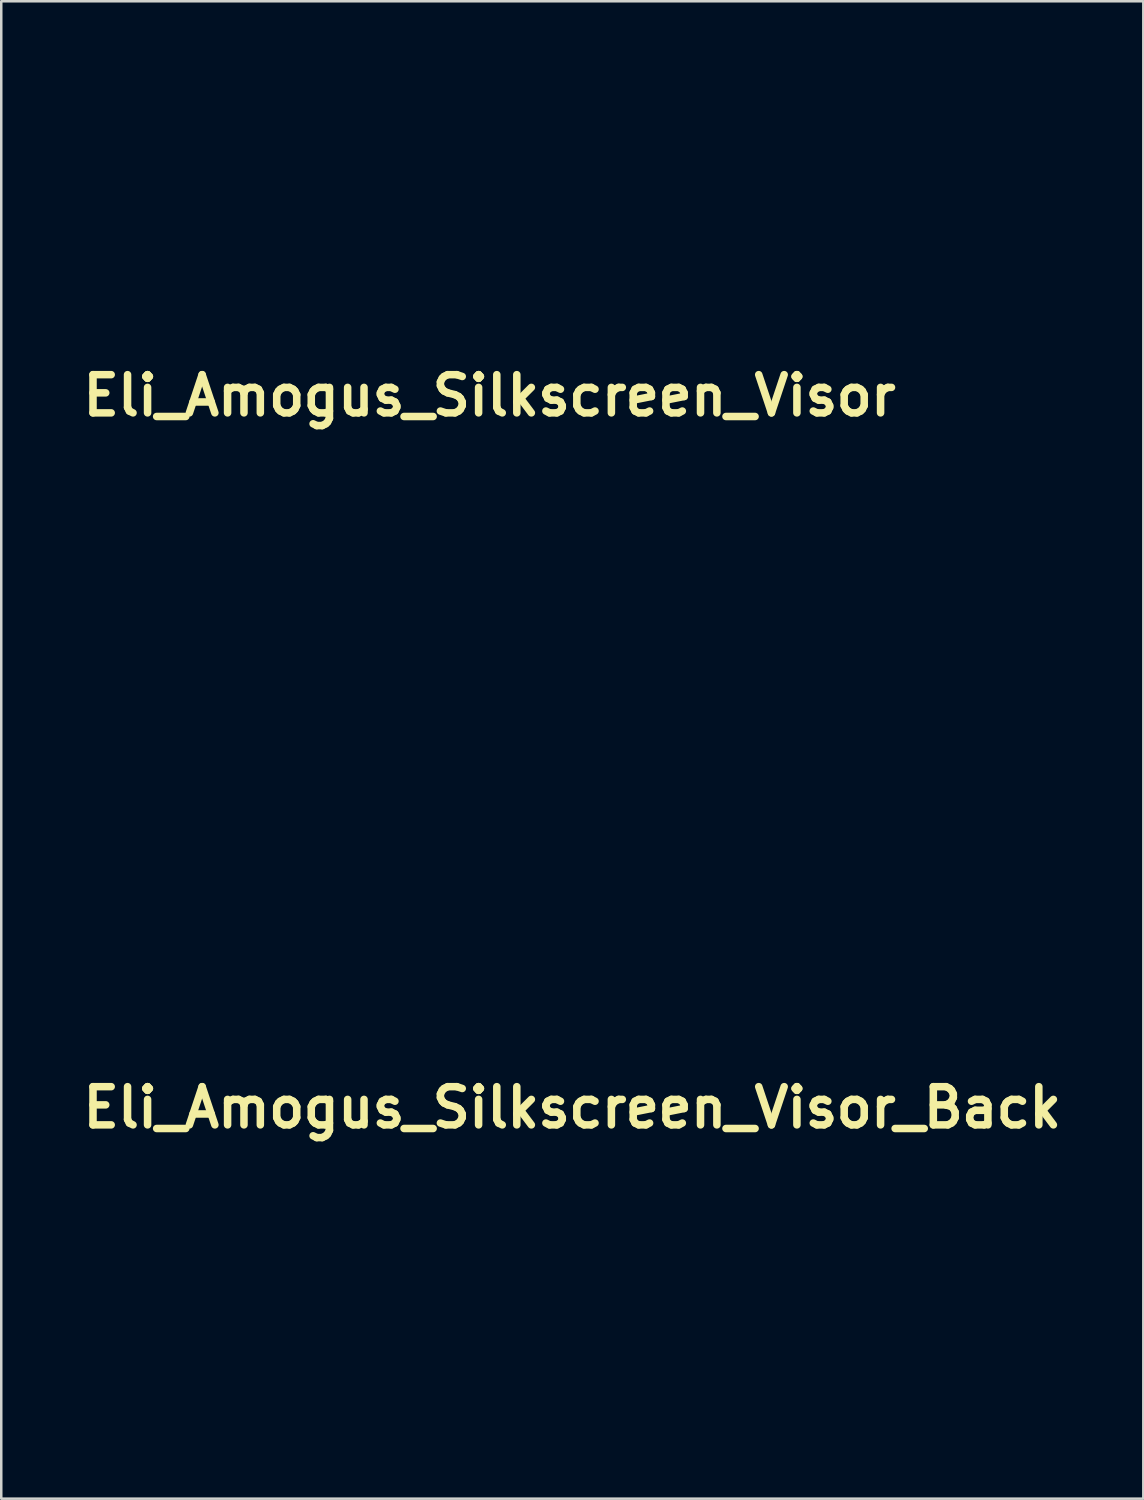
<source format=kicad_pcb>
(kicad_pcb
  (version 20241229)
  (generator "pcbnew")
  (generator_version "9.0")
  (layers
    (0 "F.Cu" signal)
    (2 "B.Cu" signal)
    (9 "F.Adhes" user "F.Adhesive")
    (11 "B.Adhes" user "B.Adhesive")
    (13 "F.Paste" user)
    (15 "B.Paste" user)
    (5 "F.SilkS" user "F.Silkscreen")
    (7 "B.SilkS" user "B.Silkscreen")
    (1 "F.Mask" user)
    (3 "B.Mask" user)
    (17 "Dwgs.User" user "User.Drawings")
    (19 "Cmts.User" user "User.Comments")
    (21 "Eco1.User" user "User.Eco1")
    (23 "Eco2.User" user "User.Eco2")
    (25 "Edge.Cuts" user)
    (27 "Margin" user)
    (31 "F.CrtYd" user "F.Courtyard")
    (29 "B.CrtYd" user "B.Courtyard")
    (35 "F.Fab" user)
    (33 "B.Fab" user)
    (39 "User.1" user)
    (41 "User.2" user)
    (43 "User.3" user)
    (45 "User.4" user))
  (footprint "Eli_Amogus_Silkscreen_Visor_Back"
    (layer "F.Cu")
    (at 19.783 41.141)
    (property "Reference" "Eli_Amogus_Silkscreen_Visor_Back" (at 0 0 0) (layer "F.SilkS") (effects (font (size 1.524 1.524) (thickness 0.3))))
    (attr through_hole)
    (fp_poly (pts (xy 5.545 -12.467) (xy 6.1 -12.302) (xy 6.842 -12.097) (xy 7.629 -11.893) (xy 7.789 -11.853) (xy 9.071 -11.527) (xy 10.1 -11.229) (xy 10.955 -10.923) (xy 11.717 -10.572) (xy 12.465 -10.14) (xy 13.278 -9.591) (xy 14.183 -8.929) (xy 14.955 -8.161) (xy 15.426 -7.25) (xy 15.589 -6.214) (xy 15.44 -5.07) (xy 15.318 -4.663) (xy 15.169 -4.13) (xy 15.166 -3.767) (xy 15.263 -3.515) (xy 15.412 -3.006) (xy 15.467 -2.286) (xy 15.43 -1.469) (xy 15.305 -0.668) (xy 15.181 -0.222) (xy 14.904 0.452) (xy 14.498 1.209) (xy 13.936 2.089) (xy 13.193 3.132) (xy 12.243 4.379) (xy 12.229 4.397) (xy 11.56 5.227) (xy 10.992 5.855) (xy 10.44 6.362) (xy 9.82 6.829) (xy 9.452 7.077) (xy 7.158 8.418) (xy 4.609 9.6) (xy 1.859 10.605) (xy -1.04 11.416) (xy -4.033 12.014) (xy -5.842 12.261) (xy -7.1 12.405) (xy -8.067 12.511) (xy -8.791 12.577) (xy -9.319 12.598) (xy -9.696 12.571) (xy -9.97 12.492) (xy -10.188 12.358) (xy -10.397 12.164) (xy -10.642 11.907) (xy -10.67 11.877) (xy -11.172 11.375) (xy -11.801 10.764) (xy -12.436 10.161) (xy -12.542 10.062) (xy -13.359 9.22) (xy -13.908 8.44) (xy -14.235 7.651) (xy -14.341 7.146) (xy -14.466 6.654) (xy -14.695 6.019) (xy -14.919 5.503) (xy -15.381 4.216) (xy -15.541 2.902) (xy -15.395 1.529) (xy -14.944 0.066) (xy -14.543 -0.832) (xy -13.88 -1.977) (xy -13.095 -3.005) (xy -12.24 -3.863) (xy -11.369 -4.495) (xy -10.641 -4.818) (xy -9.655 -5.186) (xy -8.682 -5.723) (xy -7.656 -6.471) (xy -6.685 -7.31) (xy -5.895 -8.029) (xy -5.232 -8.611) (xy -4.645 -9.084) (xy -4.08 -9.477) (xy -3.485 -9.818) (xy -2.807 -10.136) (xy -1.995 -10.459) (xy -0.995 -10.816) (xy 0.244 -11.235) (xy 1.058 -11.505) (xy 4.74 -12.728) (xy 5.545 -12.467)) (stroke (width 0.01) (type solid)) (fill yes) (layer "F.Mask")))
  (footprint "Eli_Amogus_Silkscreen_Visor"
    (layer "F.Cu")
    (at 16.481 12.733)
    (property "Reference" "Eli_Amogus_Silkscreen_Visor" (at 0 0 0) (layer "F.SilkS") (effects (font (size 1.524 1.524) (thickness 0.3))))
    (attr through_hole)
    (fp_poly (pts (xy -1.058 -11.505) (xy 0.338 -11.039) (xy 1.465 -10.652) (xy 2.375 -10.313) (xy 3.121 -9.996) (xy 3.755 -9.671) (xy 4.331 -9.311) (xy 4.899 -8.886) (xy 5.514 -8.368) (xy 6.227 -7.729) (xy 6.685 -7.31) (xy 7.811 -6.348) (xy 8.825 -5.633) (xy 9.796 -5.123) (xy 10.641 -4.818) (xy 11.482 -4.427) (xy 12.354 -3.762) (xy 13.203 -2.879) (xy 13.975 -1.832) (xy 14.543 -0.832) (xy 15.172 0.696) (xy 15.494 2.117) (xy 15.51 3.462) (xy 15.223 4.761) (xy 14.919 5.503) (xy 14.646 6.142) (xy 14.433 6.762) (xy 14.341 7.146) (xy 14.127 7.975) (xy 13.715 8.753) (xy 13.063 9.55) (xy 12.543 10.062) (xy 11.915 10.655) (xy 11.266 11.281) (xy 10.721 11.821) (xy 10.647 11.896) (xy 10.226 12.3) (xy 9.889 12.579) (xy 9.712 12.67) (xy 9.467 12.641) (xy 9.019 12.601) (xy 8.805 12.584) (xy 5.269 12.202) (xy 1.907 11.601) (xy -1.26 10.787) (xy -4.209 9.766) (xy -6.92 8.545) (xy -9.371 7.131) (xy -9.452 7.077) (xy -10.139 6.599) (xy -10.715 6.122) (xy -11.264 5.566) (xy -11.872 4.849) (xy -12.229 4.397) (xy -13.182 3.147) (xy -13.928 2.101) (xy -14.492 1.219) (xy -14.9 0.461) (xy -15.178 -0.214) (xy -15.181 -0.222) (xy -15.361 -0.954) (xy -15.454 -1.774) (xy -15.457 -2.569) (xy -15.368 -3.224) (xy -15.263 -3.515) (xy -15.154 -3.835) (xy -15.187 -4.222) (xy -15.318 -4.663) (xy -15.574 -5.839) (xy -15.515 -6.913) (xy -15.148 -7.869) (xy -14.477 -8.687) (xy -14.183 -8.929) (xy -13.234 -9.623) (xy -12.426 -10.165) (xy -11.679 -10.592) (xy -10.914 -10.939) (xy -10.052 -11.244) (xy -9.012 -11.543) (xy -7.789 -11.853) (xy -7.01 -12.052) (xy -6.247 -12.26) (xy -5.64 -12.437) (xy -5.545 -12.467) (xy -4.74 -12.728) (xy -1.058 -11.505)) (stroke (width 0.01) (type solid)) (fill yes) (layer "F.Mask")))
  (gr_rect
    (start -3 -3)
    (end 42.566 56.744)
    (stroke (width 0.1) (type default))
    (fill no)
    (layer "Edge.Cuts")))
</source>
